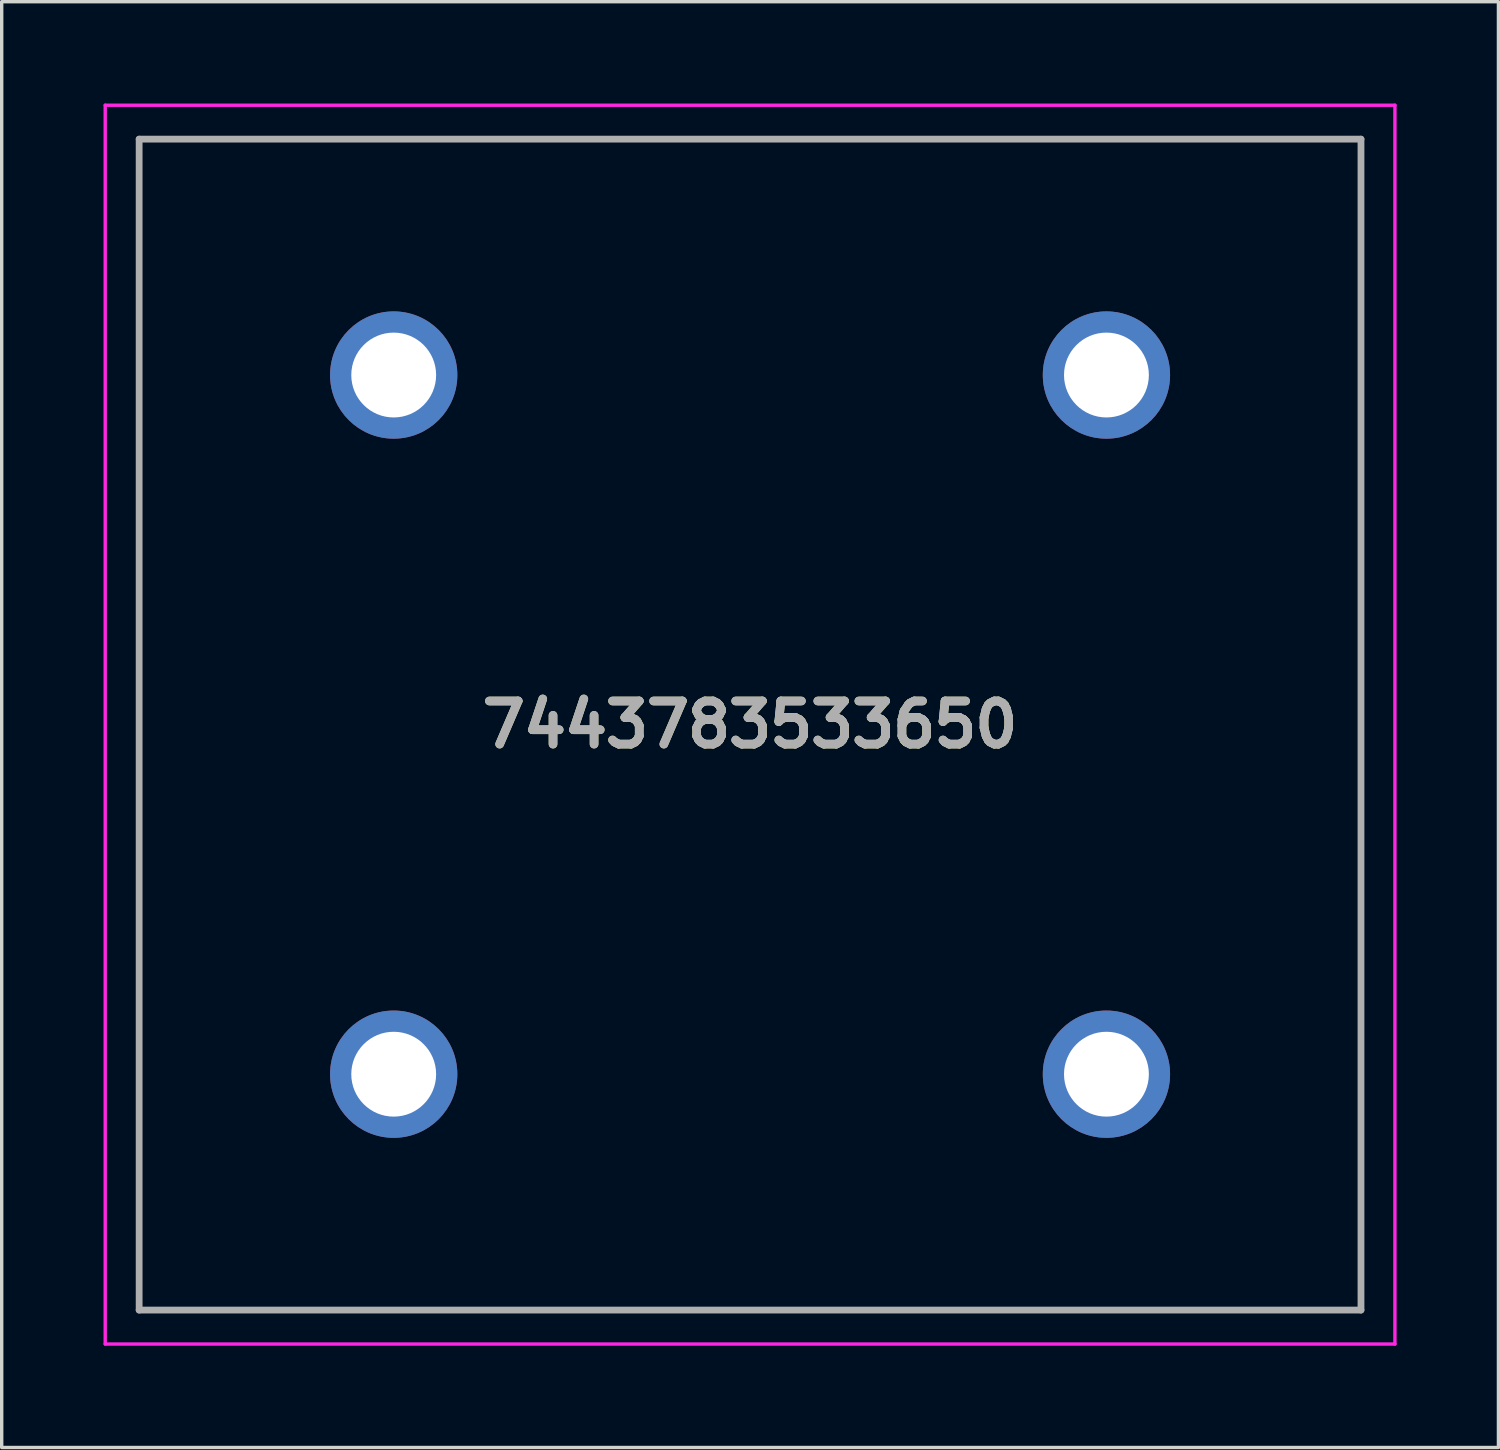
<source format=kicad_pcb>
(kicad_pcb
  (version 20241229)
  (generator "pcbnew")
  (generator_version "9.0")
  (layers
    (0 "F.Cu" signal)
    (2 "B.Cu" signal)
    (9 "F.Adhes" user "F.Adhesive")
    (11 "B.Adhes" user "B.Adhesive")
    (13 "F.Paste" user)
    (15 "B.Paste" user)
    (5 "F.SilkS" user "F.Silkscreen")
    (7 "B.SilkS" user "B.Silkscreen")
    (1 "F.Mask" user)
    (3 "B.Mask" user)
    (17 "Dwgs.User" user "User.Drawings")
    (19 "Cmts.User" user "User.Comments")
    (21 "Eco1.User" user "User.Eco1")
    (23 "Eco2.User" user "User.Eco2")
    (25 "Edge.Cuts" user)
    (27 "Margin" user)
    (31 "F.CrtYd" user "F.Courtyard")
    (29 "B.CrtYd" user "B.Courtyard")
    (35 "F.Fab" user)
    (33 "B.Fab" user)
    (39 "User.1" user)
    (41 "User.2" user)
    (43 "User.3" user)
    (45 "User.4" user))
  (footprint "7443783533650"
    (layer "F.Cu")
    (at 8.55 28.6)
    (property "Reference" "7443783533650" (at 10.5 -10.3 0) (layer "F.SilkS") (effects (font (size 1.27 1.27) (thickness 0.254))))
    (attr through_hole)
    (fp_line (start -7.5 -27.55) (end 28.5 -27.55) (stroke (width 0.1) (type solid)) (layer "F.SilkS"))
    (fp_line (start -7.5 6.95) (end -7.5 -27.55) (stroke (width 0.1) (type solid)) (layer "F.SilkS"))
    (fp_line (start 28.5 -27.55) (end 28.5 6.95) (stroke (width 0.1) (type solid)) (layer "F.SilkS"))
    (fp_line (start 28.5 6.95) (end -7.5 6.95) (stroke (width 0.1) (type solid)) (layer "F.SilkS"))
    (fp_line (start -8.5 -28.55) (end 29.5 -28.55) (stroke (width 0.1) (type solid)) (layer "F.CrtYd"))
    (fp_line (start -8.5 7.95) (end -8.5 -28.55) (stroke (width 0.1) (type solid)) (layer "F.CrtYd"))
    (fp_line (start 29.5 -28.55) (end 29.5 7.95) (stroke (width 0.1) (type solid)) (layer "F.CrtYd"))
    (fp_line (start 29.5 7.95) (end -8.5 7.95) (stroke (width 0.1) (type solid)) (layer "F.CrtYd"))
    (fp_line (start -7.5 -27.55) (end 28.5 -27.55) (stroke (width 0.2) (type solid)) (layer "F.Fab"))
    (fp_line (start -7.5 6.95) (end -7.5 -27.55) (stroke (width 0.2) (type solid)) (layer "F.Fab"))
    (fp_line (start 28.5 -27.55) (end 28.5 6.95) (stroke (width 0.2) (type solid)) (layer "F.Fab"))
    (fp_line (start 28.5 6.95) (end -7.5 6.95) (stroke (width 0.2) (type solid)) (layer "F.Fab"))
    (fp_text user "${REFERENCE}" (at 10.5 -10.3 0) (layer "F.Fab") (effects (font (size 1.27 1.27) (thickness 0.254))))
    (pad "1" thru_hole circle (at 0 0) (size 3.75 3.75) (drill 2.5) (layers "*.Cu" "*.Mask"))
    (pad "2" thru_hole circle (at 21 0) (size 3.75 3.75) (drill 2.5) (layers "*.Cu" "*.Mask"))
    (pad "3" thru_hole circle (at 21 -20.6) (size 3.75 3.75) (drill 2.5) (layers "*.Cu" "*.Mask"))
    (pad "4" thru_hole circle (at 0 -20.6) (size 3.75 3.75) (drill 2.5) (layers "*.Cu" "*.Mask")))
  (gr_rect
    (start -3 -3)
    (end 41.1 39.6)
    (stroke (width 0.1) (type default))
    (fill no)
    (layer "Edge.Cuts")))
</source>
